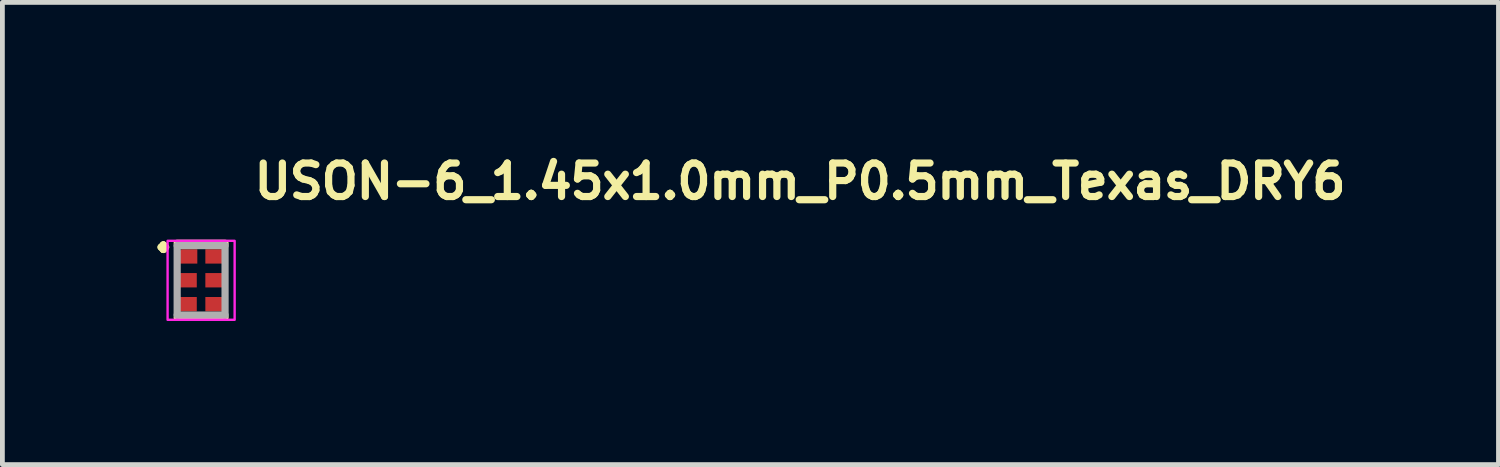
<source format=kicad_pcb>
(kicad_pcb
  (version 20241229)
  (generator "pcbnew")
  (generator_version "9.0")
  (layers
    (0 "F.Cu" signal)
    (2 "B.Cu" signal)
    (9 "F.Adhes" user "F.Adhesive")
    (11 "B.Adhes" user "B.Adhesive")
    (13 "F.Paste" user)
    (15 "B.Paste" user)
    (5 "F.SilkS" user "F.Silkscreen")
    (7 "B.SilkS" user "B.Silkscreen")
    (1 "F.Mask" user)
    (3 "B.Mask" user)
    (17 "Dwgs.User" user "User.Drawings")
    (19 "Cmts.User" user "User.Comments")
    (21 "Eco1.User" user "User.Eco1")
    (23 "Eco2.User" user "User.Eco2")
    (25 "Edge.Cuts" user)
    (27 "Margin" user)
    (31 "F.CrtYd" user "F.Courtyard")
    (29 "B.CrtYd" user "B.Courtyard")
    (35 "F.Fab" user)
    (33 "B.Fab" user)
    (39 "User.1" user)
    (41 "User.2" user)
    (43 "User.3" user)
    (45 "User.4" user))
  (footprint "USON-6_1.45x1.0mm_P0.5mm_Texas_DRY6"
    (layer "F.Cu")
    (at 0.863 2.308)
    (property "Reference" "USON-6_1.45x1.0mm_P0.5mm_Texas_DRY6" (at 1.322 -1.158 0) (layer "F.SilkS") (effects (font (size 0.7 0.7) (thickness 0.15)) (justify left bottom)))
    (attr smd)
    (fp_line (start -0.211 -0.275) (end 0.79 -0.275) (stroke (width 0.15) (type solid)) (layer "F.SilkS"))
    (fp_line (start -0.211 1.275) (end 0.79 1.275) (stroke (width 0.15) (type solid)) (layer "F.SilkS"))
    (fp_rect (start -0.411 -0.326) (end 0.99 1.325) (stroke (width 0.05) (type solid)) (fill no) (layer "F.CrtYd"))
    (fp_line (start -0.211 -0.226) (end -0.211 1.225) (stroke (width 0.15) (type solid)) (layer "F.Fab"))
    (fp_line (start -0.211 -0.226) (end 0.79 -0.226) (stroke (width 0.15) (type solid)) (layer "F.Fab"))
    (fp_line (start -0.211 1.225) (end 0.79 1.225) (stroke (width 0.15) (type solid)) (layer "F.Fab"))
    (fp_line (start 0.79 1.225) (end 0.79 -0.226) (stroke (width 0.15) (type solid)) (layer "F.Fab"))
    (fp_rect (start -0.211 -0.226) (end 0.79 1.225) (stroke (width 0.1) (type solid)) (fill no) (layer "User.5"))
    (fp_line (start -0.211 -0.226) (end -0.211 1.225) (stroke (width 0.02) (type solid)) (layer "User.9"))
    (fp_line (start -0.211 1.225) (end 0.79 1.225) (stroke (width 0.02) (type solid)) (layer "User.9"))
    (fp_line (start -0.102 -0.03) (end -0.102 -0.026) (stroke (width 0.02) (type solid)) (layer "User.9"))
    (fp_line (start -0.102 -0.03) (end -0.102 -0.026) (stroke (width 0.02) (type solid)) (layer "User.9"))
    (fp_line (start -0.102 -0.026) (end -0.102 -0.022) (stroke (width 0.02) (type solid)) (layer "User.9"))
    (fp_line (start -0.102 -0.026) (end -0.102 -0.022) (stroke (width 0.02) (type solid)) (layer "User.9"))
    (fp_line (start -0.102 -0.022) (end -0.102 -0.018) (stroke (width 0.02) (type solid)) (layer "User.9"))
    (fp_line (start -0.102 -0.022) (end -0.102 -0.018) (stroke (width 0.02) (type solid)) (layer "User.9"))
    (fp_line (start -0.102 -0.018) (end -0.102 -0.014) (stroke (width 0.02) (type solid)) (layer "User.9"))
    (fp_line (start -0.102 -0.018) (end -0.102 -0.014) (stroke (width 0.02) (type solid)) (layer "User.9"))
    (fp_line (start -0.102 -0.014) (end -0.101 -0.01) (stroke (width 0.02) (type solid)) (layer "User.9"))
    (fp_line (start -0.102 -0.014) (end -0.101 -0.01) (stroke (width 0.02) (type solid)) (layer "User.9"))
    (fp_line (start -0.101 -0.034) (end -0.102 -0.03) (stroke (width 0.02) (type solid)) (layer "User.9"))
    (fp_line (start -0.101 -0.034) (end -0.102 -0.03) (stroke (width 0.02) (type solid)) (layer "User.9"))
    (fp_line (start -0.101 -0.01) (end -0.1 -0.005) (stroke (width 0.02) (type solid)) (layer "User.9"))
    (fp_line (start -0.101 -0.01) (end -0.1 -0.005) (stroke (width 0.02) (type solid)) (layer "User.9"))
    (fp_line (start -0.1 -0.037) (end -0.101 -0.034) (stroke (width 0.02) (type solid)) (layer "User.9"))
    (fp_line (start -0.1 -0.037) (end -0.101 -0.034) (stroke (width 0.02) (type solid)) (layer "User.9"))
    (fp_line (start -0.1 -0.005) (end -0.099 -0.001) (stroke (width 0.02) (type solid)) (layer "User.9"))
    (fp_line (start -0.1 -0.005) (end -0.099 -0.001) (stroke (width 0.02) (type solid)) (layer "User.9"))
    (fp_line (start -0.099 -0.042) (end -0.1 -0.037) (stroke (width 0.02) (type solid)) (layer "User.9"))
    (fp_line (start -0.099 -0.042) (end -0.1 -0.037) (stroke (width 0.02) (type solid)) (layer "User.9"))
    (fp_line (start -0.099 -0.001) (end -0.098 0.003) (stroke (width 0.02) (type solid)) (layer "User.9"))
    (fp_line (start -0.099 -0.001) (end -0.098 0.003) (stroke (width 0.02) (type solid)) (layer "User.9"))
    (fp_line (start -0.098 -0.044) (end -0.099 -0.042) (stroke (width 0.02) (type solid)) (layer "User.9"))
    (fp_line (start -0.098 -0.044) (end -0.099 -0.042) (stroke (width 0.02) (type solid)) (layer "User.9"))
    (fp_line (start -0.098 0.003) (end -0.095 0.007) (stroke (width 0.02) (type solid)) (layer "User.9"))
    (fp_line (start -0.098 0.003) (end -0.095 0.007) (stroke (width 0.02) (type solid)) (layer "User.9"))
    (fp_line (start -0.095 -0.048) (end -0.098 -0.044) (stroke (width 0.02) (type solid)) (layer "User.9"))
    (fp_line (start -0.095 -0.048) (end -0.098 -0.044) (stroke (width 0.02) (type solid)) (layer "User.9"))
    (fp_line (start -0.095 0.007) (end -0.093 0.01) (stroke (width 0.02) (type solid)) (layer "User.9"))
    (fp_line (start -0.095 0.007) (end -0.093 0.01) (stroke (width 0.02) (type solid)) (layer "User.9"))
    (fp_line (start -0.093 -0.053) (end -0.095 -0.048) (stroke (width 0.02) (type solid)) (layer "User.9"))
    (fp_line (start -0.093 -0.053) (end -0.095 -0.048) (stroke (width 0.02) (type solid)) (layer "User.9"))
    (fp_line (start -0.093 -0.053) (end -0.093 -0.053) (stroke (width 0.02) (type solid)) (layer "User.9"))
    (fp_line (start -0.093 -0.053) (end -0.093 -0.053) (stroke (width 0.02) (type solid)) (layer "User.9"))
    (fp_line (start -0.093 0.01) (end -0.093 0.01) (stroke (width 0.02) (type solid)) (layer "User.9"))
    (fp_line (start -0.093 0.01) (end -0.093 0.01) (stroke (width 0.02) (type solid)) (layer "User.9"))
    (fp_line (start -0.093 0.01) (end -0.092 0.012) (stroke (width 0.02) (type solid)) (layer "User.9"))
    (fp_line (start -0.093 0.01) (end -0.092 0.012) (stroke (width 0.02) (type solid)) (layer "User.9"))
    (fp_line (start -0.092 0.012) (end -0.091 0.014) (stroke (width 0.02) (type solid)) (layer "User.9"))
    (fp_line (start -0.092 0.012) (end -0.091 0.014) (stroke (width 0.02) (type solid)) (layer "User.9"))
    (fp_line (start -0.091 -0.055) (end -0.093 -0.053) (stroke (width 0.02) (type solid)) (layer "User.9"))
    (fp_line (start -0.091 -0.055) (end -0.093 -0.053) (stroke (width 0.02) (type solid)) (layer "User.9"))
    (fp_line (start -0.091 0.014) (end -0.09 0.014) (stroke (width 0.02) (type solid)) (layer "User.9"))
    (fp_line (start -0.091 0.014) (end -0.09 0.014) (stroke (width 0.02) (type solid)) (layer "User.9"))
    (fp_line (start -0.09 0.014) (end -0.089 0.017) (stroke (width 0.02) (type solid)) (layer "User.9"))
    (fp_line (start -0.09 0.014) (end -0.089 0.017) (stroke (width 0.02) (type solid)) (layer "User.9"))
    (fp_line (start -0.089 -0.06) (end -0.091 -0.055) (stroke (width 0.02) (type solid)) (layer "User.9"))
    (fp_line (start -0.089 -0.06) (end -0.091 -0.055) (stroke (width 0.02) (type solid)) (layer "User.9"))
    (fp_line (start -0.089 0.017) (end -0.088 0.018) (stroke (width 0.02) (type solid)) (layer "User.9"))
    (fp_line (start -0.089 0.017) (end -0.088 0.018) (stroke (width 0.02) (type solid)) (layer "User.9"))
    (fp_line (start -0.088 0.018) (end -0.087 0.02) (stroke (width 0.02) (type solid)) (layer "User.9"))
    (fp_line (start -0.088 0.018) (end -0.087 0.02) (stroke (width 0.02) (type solid)) (layer "User.9"))
    (fp_line (start -0.087 -0.062) (end -0.089 -0.06) (stroke (width 0.02) (type solid)) (layer "User.9"))
    (fp_line (start -0.087 -0.062) (end -0.089 -0.06) (stroke (width 0.02) (type solid)) (layer "User.9"))
    (fp_line (start -0.087 0.02) (end -0.086 0.021) (stroke (width 0.02) (type solid)) (layer "User.9"))
    (fp_line (start -0.087 0.02) (end -0.086 0.021) (stroke (width 0.02) (type solid)) (layer "User.9"))
    (fp_line (start -0.086 0.021) (end -0.084 0.022) (stroke (width 0.02) (type solid)) (layer "User.9"))
    (fp_line (start -0.086 0.021) (end -0.084 0.022) (stroke (width 0.02) (type solid)) (layer "User.9"))
    (fp_line (start -0.084 -0.066) (end -0.087 -0.062) (stroke (width 0.02) (type solid)) (layer "User.9"))
    (fp_line (start -0.084 -0.066) (end -0.087 -0.062) (stroke (width 0.02) (type solid)) (layer "User.9"))
    (fp_line (start -0.084 0.022) (end -0.083 0.025) (stroke (width 0.02) (type solid)) (layer "User.9"))
    (fp_line (start -0.084 0.022) (end -0.083 0.025) (stroke (width 0.02) (type solid)) (layer "User.9"))
    (fp_line (start -0.083 0.025) (end -0.08 0.026) (stroke (width 0.02) (type solid)) (layer "User.9"))
    (fp_line (start -0.083 0.025) (end -0.08 0.026) (stroke (width 0.02) (type solid)) (layer "User.9"))
    (fp_line (start -0.08 -0.069) (end -0.084 -0.066) (stroke (width 0.02) (type solid)) (layer "User.9"))
    (fp_line (start -0.08 -0.069) (end -0.084 -0.066) (stroke (width 0.02) (type solid)) (layer "User.9"))
    (fp_line (start -0.08 0.026) (end -0.079 0.026) (stroke (width 0.02) (type solid)) (layer "User.9"))
    (fp_line (start -0.08 0.026) (end -0.079 0.026) (stroke (width 0.02) (type solid)) (layer "User.9"))
    (fp_line (start -0.079 0.026) (end -0.077 0.028) (stroke (width 0.02) (type solid)) (layer "User.9"))
    (fp_line (start -0.079 0.026) (end -0.077 0.028) (stroke (width 0.02) (type solid)) (layer "User.9"))
    (fp_line (start -0.077 -0.071) (end -0.08 -0.069) (stroke (width 0.02) (type solid)) (layer "User.9"))
    (fp_line (start -0.077 -0.071) (end -0.08 -0.069) (stroke (width 0.02) (type solid)) (layer "User.9"))
    (fp_line (start -0.077 0.028) (end -0.075 0.029) (stroke (width 0.02) (type solid)) (layer "User.9"))
    (fp_line (start -0.077 0.028) (end -0.075 0.029) (stroke (width 0.02) (type solid)) (layer "User.9"))
    (fp_line (start -0.075 0.029) (end -0.074 0.03) (stroke (width 0.02) (type solid)) (layer "User.9"))
    (fp_line (start -0.075 0.029) (end -0.074 0.03) (stroke (width 0.02) (type solid)) (layer "User.9"))
    (fp_line (start -0.074 -0.073) (end -0.077 -0.071) (stroke (width 0.02) (type solid)) (layer "User.9"))
    (fp_line (start -0.074 -0.073) (end -0.077 -0.071) (stroke (width 0.02) (type solid)) (layer "User.9"))
    (fp_line (start -0.074 0.03) (end -0.073 0.032) (stroke (width 0.02) (type solid)) (layer "User.9"))
    (fp_line (start -0.074 0.03) (end -0.073 0.032) (stroke (width 0.02) (type solid)) (layer "User.9"))
    (fp_line (start -0.073 0.032) (end -0.071 0.033) (stroke (width 0.02) (type solid)) (layer "User.9"))
    (fp_line (start -0.073 0.032) (end -0.071 0.033) (stroke (width 0.02) (type solid)) (layer "User.9"))
    (fp_line (start -0.071 -0.075) (end -0.074 -0.073) (stroke (width 0.02) (type solid)) (layer "User.9"))
    (fp_line (start -0.071 -0.075) (end -0.074 -0.073) (stroke (width 0.02) (type solid)) (layer "User.9"))
    (fp_line (start -0.071 0.033) (end -0.07 0.034) (stroke (width 0.02) (type solid)) (layer "User.9"))
    (fp_line (start -0.071 0.033) (end -0.07 0.034) (stroke (width 0.02) (type solid)) (layer "User.9"))
    (fp_line (start -0.07 0.034) (end -0.068 0.035) (stroke (width 0.02) (type solid)) (layer "User.9"))
    (fp_line (start -0.07 0.034) (end -0.068 0.035) (stroke (width 0.02) (type solid)) (layer "User.9"))
    (fp_line (start -0.068 -0.076) (end -0.071 -0.075) (stroke (width 0.02) (type solid)) (layer "User.9"))
    (fp_line (start -0.068 -0.076) (end -0.071 -0.075) (stroke (width 0.02) (type solid)) (layer "User.9"))
    (fp_line (start -0.068 0.035) (end -0.066 0.036) (stroke (width 0.02) (type solid)) (layer "User.9"))
    (fp_line (start -0.068 0.035) (end -0.066 0.036) (stroke (width 0.02) (type solid)) (layer "User.9"))
    (fp_line (start -0.066 0.036) (end -0.063 0.036) (stroke (width 0.02) (type solid)) (layer "User.9"))
    (fp_line (start -0.066 0.036) (end -0.063 0.036) (stroke (width 0.02) (type solid)) (layer "User.9"))
    (fp_line (start -0.063 -0.078) (end -0.068 -0.076) (stroke (width 0.02) (type solid)) (layer "User.9"))
    (fp_line (start -0.063 -0.078) (end -0.068 -0.076) (stroke (width 0.02) (type solid)) (layer "User.9"))
    (fp_line (start -0.063 0.036) (end -0.061 0.036) (stroke (width 0.02) (type solid)) (layer "User.9"))
    (fp_line (start -0.063 0.036) (end -0.061 0.036) (stroke (width 0.02) (type solid)) (layer "User.9"))
    (fp_line (start -0.061 0.036) (end -0.06 0.037) (stroke (width 0.02) (type solid)) (layer "User.9"))
    (fp_line (start -0.061 0.036) (end -0.06 0.037) (stroke (width 0.02) (type solid)) (layer "User.9"))
    (fp_line (start -0.06 -0.08) (end -0.063 -0.078) (stroke (width 0.02) (type solid)) (layer "User.9"))
    (fp_line (start -0.06 -0.08) (end -0.063 -0.078) (stroke (width 0.02) (type solid)) (layer "User.9"))
    (fp_line (start -0.06 0.037) (end -0.059 0.037) (stroke (width 0.02) (type solid)) (layer "User.9"))
    (fp_line (start -0.06 0.037) (end -0.059 0.037) (stroke (width 0.02) (type solid)) (layer "User.9"))
    (fp_line (start -0.059 0.037) (end -0.056 0.038) (stroke (width 0.02) (type solid)) (layer "User.9"))
    (fp_line (start -0.059 0.037) (end -0.056 0.038) (stroke (width 0.02) (type solid)) (layer "User.9"))
    (fp_line (start -0.056 -0.082) (end -0.06 -0.08) (stroke (width 0.02) (type solid)) (layer "User.9"))
    (fp_line (start -0.056 -0.082) (end -0.06 -0.08) (stroke (width 0.02) (type solid)) (layer "User.9"))
    (fp_line (start -0.056 0.038) (end -0.054 0.04) (stroke (width 0.02) (type solid)) (layer "User.9"))
    (fp_line (start -0.056 0.038) (end -0.054 0.04) (stroke (width 0.02) (type solid)) (layer "User.9"))
    (fp_line (start -0.054 0.04) (end -0.053 0.04) (stroke (width 0.02) (type solid)) (layer "User.9"))
    (fp_line (start -0.054 0.04) (end -0.053 0.04) (stroke (width 0.02) (type solid)) (layer "User.9"))
    (fp_line (start -0.053 -0.083) (end -0.056 -0.082) (stroke (width 0.02) (type solid)) (layer "User.9"))
    (fp_line (start -0.053 -0.083) (end -0.056 -0.082) (stroke (width 0.02) (type solid)) (layer "User.9"))
    (fp_line (start -0.053 0.04) (end -0.051 0.04) (stroke (width 0.02) (type solid)) (layer "User.9"))
    (fp_line (start -0.053 0.04) (end -0.051 0.04) (stroke (width 0.02) (type solid)) (layer "User.9"))
    (fp_line (start -0.051 0.04) (end -0.048 0.041) (stroke (width 0.02) (type solid)) (layer "User.9"))
    (fp_line (start -0.051 0.04) (end -0.048 0.041) (stroke (width 0.02) (type solid)) (layer "User.9"))
    (fp_line (start -0.048 -0.083) (end -0.053 -0.083) (stroke (width 0.02) (type solid)) (layer "User.9"))
    (fp_line (start -0.048 -0.083) (end -0.053 -0.083) (stroke (width 0.02) (type solid)) (layer "User.9"))
    (fp_line (start -0.048 0.041) (end -0.046 0.041) (stroke (width 0.02) (type solid)) (layer "User.9"))
    (fp_line (start -0.048 0.041) (end -0.046 0.041) (stroke (width 0.02) (type solid)) (layer "User.9"))
    (fp_line (start -0.046 0.041) (end -0.044 0.041) (stroke (width 0.02) (type solid)) (layer "User.9"))
    (fp_line (start -0.046 0.041) (end -0.044 0.041) (stroke (width 0.02) (type solid)) (layer "User.9"))
    (fp_line (start -0.044 -0.084) (end -0.048 -0.083) (stroke (width 0.02) (type solid)) (layer "User.9"))
    (fp_line (start -0.044 -0.084) (end -0.048 -0.083) (stroke (width 0.02) (type solid)) (layer "User.9"))
    (fp_line (start -0.044 0.041) (end -0.042 0.041) (stroke (width 0.02) (type solid)) (layer "User.9"))
    (fp_line (start -0.044 0.041) (end -0.042 0.041) (stroke (width 0.02) (type solid)) (layer "User.9"))
    (fp_line (start -0.042 0.041) (end -0.039 0.041) (stroke (width 0.02) (type solid)) (layer "User.9"))
    (fp_line (start -0.042 0.041) (end -0.039 0.041) (stroke (width 0.02) (type solid)) (layer "User.9"))
    (fp_line (start -0.039 -0.084) (end -0.044 -0.084) (stroke (width 0.02) (type solid)) (layer "User.9"))
    (fp_line (start -0.039 -0.084) (end -0.044 -0.084) (stroke (width 0.02) (type solid)) (layer "User.9"))
    (fp_line (start -0.039 0.041) (end -0.036 0.041) (stroke (width 0.02) (type solid)) (layer "User.9"))
    (fp_line (start -0.039 0.041) (end -0.036 0.041) (stroke (width 0.02) (type solid)) (layer "User.9"))
    (fp_line (start -0.037 -0.084) (end -0.039 -0.084) (stroke (width 0.02) (type solid)) (layer "User.9"))
    (fp_line (start -0.037 -0.084) (end -0.039 -0.084) (stroke (width 0.02) (type solid)) (layer "User.9"))
    (fp_line (start -0.036 -0.084) (end -0.037 -0.084) (stroke (width 0.02) (type solid)) (layer "User.9"))
    (fp_line (start -0.036 -0.084) (end -0.037 -0.084) (stroke (width 0.02) (type solid)) (layer "User.9"))
    (fp_line (start -0.036 0.041) (end -0.031 0.041) (stroke (width 0.02) (type solid)) (layer "User.9"))
    (fp_line (start -0.036 0.041) (end -0.031 0.041) (stroke (width 0.02) (type solid)) (layer "User.9"))
    (fp_line (start -0.034 -0.084) (end -0.036 -0.084) (stroke (width 0.02) (type solid)) (layer "User.9"))
    (fp_line (start -0.034 -0.084) (end -0.036 -0.084) (stroke (width 0.02) (type solid)) (layer "User.9"))
    (fp_line (start -0.031 -0.083) (end -0.034 -0.084) (stroke (width 0.02) (type solid)) (layer "User.9"))
    (fp_line (start -0.031 -0.083) (end -0.034 -0.084) (stroke (width 0.02) (type solid)) (layer "User.9"))
    (fp_line (start -0.031 0.041) (end -0.027 0.04) (stroke (width 0.02) (type solid)) (layer "User.9"))
    (fp_line (start -0.031 0.041) (end -0.027 0.04) (stroke (width 0.02) (type solid)) (layer "User.9"))
    (fp_line (start -0.03 -0.083) (end -0.031 -0.083) (stroke (width 0.02) (type solid)) (layer "User.9"))
    (fp_line (start -0.03 -0.083) (end -0.031 -0.083) (stroke (width 0.02) (type solid)) (layer "User.9"))
    (fp_line (start -0.027 -0.083) (end -0.03 -0.083) (stroke (width 0.02) (type solid)) (layer "User.9"))
    (fp_line (start -0.027 -0.083) (end -0.03 -0.083) (stroke (width 0.02) (type solid)) (layer "User.9"))
    (fp_line (start -0.027 0.04) (end -0.023 0.038) (stroke (width 0.02) (type solid)) (layer "User.9"))
    (fp_line (start -0.027 0.04) (end -0.023 0.038) (stroke (width 0.02) (type solid)) (layer "User.9"))
    (fp_line (start -0.026 -0.082) (end -0.027 -0.083) (stroke (width 0.02) (type solid)) (layer "User.9"))
    (fp_line (start -0.026 -0.082) (end -0.027 -0.083) (stroke (width 0.02) (type solid)) (layer "User.9"))
    (fp_line (start -0.023 -0.082) (end -0.026 -0.082) (stroke (width 0.02) (type solid)) (layer "User.9"))
    (fp_line (start -0.023 -0.082) (end -0.026 -0.082) (stroke (width 0.02) (type solid)) (layer "User.9"))
    (fp_line (start -0.023 0.038) (end -0.019 0.037) (stroke (width 0.02) (type solid)) (layer "User.9"))
    (fp_line (start -0.023 0.038) (end -0.019 0.037) (stroke (width 0.02) (type solid)) (layer "User.9"))
    (fp_line (start -0.022 -0.08) (end -0.023 -0.082) (stroke (width 0.02) (type solid)) (layer "User.9"))
    (fp_line (start -0.022 -0.08) (end -0.023 -0.082) (stroke (width 0.02) (type solid)) (layer "User.9"))
    (fp_line (start -0.019 -0.08) (end -0.022 -0.08) (stroke (width 0.02) (type solid)) (layer "User.9"))
    (fp_line (start -0.019 -0.08) (end -0.022 -0.08) (stroke (width 0.02) (type solid)) (layer "User.9"))
    (fp_line (start -0.019 0.037) (end -0.016 0.036) (stroke (width 0.02) (type solid)) (layer "User.9"))
    (fp_line (start -0.019 0.037) (end -0.016 0.036) (stroke (width 0.02) (type solid)) (layer "User.9"))
    (fp_line (start -0.018 -0.079) (end -0.019 -0.08) (stroke (width 0.02) (type solid)) (layer "User.9"))
    (fp_line (start -0.018 -0.079) (end -0.019 -0.08) (stroke (width 0.02) (type solid)) (layer "User.9"))
    (fp_line (start -0.016 -0.078) (end -0.018 -0.079) (stroke (width 0.02) (type solid)) (layer "User.9"))
    (fp_line (start -0.016 -0.078) (end -0.018 -0.079) (stroke (width 0.02) (type solid)) (layer "User.9"))
    (fp_line (start -0.016 0.036) (end -0.012 0.035) (stroke (width 0.02) (type solid)) (layer "User.9"))
    (fp_line (start -0.016 0.036) (end -0.012 0.035) (stroke (width 0.02) (type solid)) (layer "User.9"))
    (fp_line (start -0.014 -0.077) (end -0.016 -0.078) (stroke (width 0.02) (type solid)) (layer "User.9"))
    (fp_line (start -0.014 -0.077) (end -0.016 -0.078) (stroke (width 0.02) (type solid)) (layer "User.9"))
    (fp_line (start -0.012 -0.076) (end -0.014 -0.077) (stroke (width 0.02) (type solid)) (layer "User.9"))
    (fp_line (start -0.012 -0.076) (end -0.014 -0.077) (stroke (width 0.02) (type solid)) (layer "User.9"))
    (fp_line (start -0.012 0.035) (end -0.008 0.033) (stroke (width 0.02) (type solid)) (layer "User.9"))
    (fp_line (start -0.012 0.035) (end -0.008 0.033) (stroke (width 0.02) (type solid)) (layer "User.9"))
    (fp_line (start -0.01 -0.076) (end -0.012 -0.076) (stroke (width 0.02) (type solid)) (layer "User.9"))
    (fp_line (start -0.01 -0.076) (end -0.012 -0.076) (stroke (width 0.02) (type solid)) (layer "User.9"))
    (fp_line (start -0.008 -0.075) (end -0.01 -0.076) (stroke (width 0.02) (type solid)) (layer "User.9"))
    (fp_line (start -0.008 -0.075) (end -0.01 -0.076) (stroke (width 0.02) (type solid)) (layer "User.9"))
    (fp_line (start -0.008 0.033) (end -0.005 0.03) (stroke (width 0.02) (type solid)) (layer "User.9"))
    (fp_line (start -0.008 0.033) (end -0.005 0.03) (stroke (width 0.02) (type solid)) (layer "User.9"))
    (fp_line (start -0.007 -0.074) (end -0.008 -0.075) (stroke (width 0.02) (type solid)) (layer "User.9"))
    (fp_line (start -0.007 -0.074) (end -0.008 -0.075) (stroke (width 0.02) (type solid)) (layer "User.9"))
    (fp_line (start -0.005 -0.073) (end -0.007 -0.074) (stroke (width 0.02) (type solid)) (layer "User.9"))
    (fp_line (start -0.005 -0.073) (end -0.007 -0.074) (stroke (width 0.02) (type solid)) (layer "User.9"))
    (fp_line (start -0.005 0.03) (end -0.002 0.028) (stroke (width 0.02) (type solid)) (layer "User.9"))
    (fp_line (start -0.005 0.03) (end -0.002 0.028) (stroke (width 0.02) (type solid)) (layer "User.9"))
    (fp_line (start -0.003 -0.072) (end -0.005 -0.073) (stroke (width 0.02) (type solid)) (layer "User.9"))
    (fp_line (start -0.003 -0.072) (end -0.005 -0.073) (stroke (width 0.02) (type solid)) (layer "User.9"))
    (fp_line (start -0.002 -0.071) (end -0.003 -0.072) (stroke (width 0.02) (type solid)) (layer "User.9"))
    (fp_line (start -0.002 -0.071) (end -0.003 -0.072) (stroke (width 0.02) (type solid)) (layer "User.9"))
    (fp_line (start -0.002 0.028) (end 0.001 0.026) (stroke (width 0.02) (type solid)) (layer "User.9"))
    (fp_line (start -0.002 0.028) (end 0.001 0.026) (stroke (width 0.02) (type solid)) (layer "User.9"))
    (fp_line (start 0 -0.07) (end -0.002 -0.071) (stroke (width 0.02) (type solid)) (layer "User.9"))
    (fp_line (start 0 -0.07) (end -0.002 -0.071) (stroke (width 0.02) (type solid)) (layer "User.9"))
    (fp_line (start 0.001 -0.069) (end 0 -0.07) (stroke (width 0.02) (type solid)) (layer "User.9"))
    (fp_line (start 0.001 -0.069) (end 0 -0.07) (stroke (width 0.02) (type solid)) (layer "User.9"))
    (fp_line (start 0.001 0.026) (end 0.004 0.022) (stroke (width 0.02) (type solid)) (layer "User.9"))
    (fp_line (start 0.001 0.026) (end 0.004 0.022) (stroke (width 0.02) (type solid)) (layer "User.9"))
    (fp_line (start 0.003 -0.067) (end 0.001 -0.069) (stroke (width 0.02) (type solid)) (layer "User.9"))
    (fp_line (start 0.003 -0.067) (end 0.001 -0.069) (stroke (width 0.02) (type solid)) (layer "User.9"))
    (fp_line (start 0.004 -0.066) (end 0.003 -0.067) (stroke (width 0.02) (type solid)) (layer "User.9"))
    (fp_line (start 0.004 -0.066) (end 0.003 -0.067) (stroke (width 0.02) (type solid)) (layer "User.9"))
    (fp_line (start 0.004 0.022) (end 0.007 0.02) (stroke (width 0.02) (type solid)) (layer "User.9"))
    (fp_line (start 0.004 0.022) (end 0.007 0.02) (stroke (width 0.02) (type solid)) (layer "User.9"))
    (fp_line (start 0.006 -0.063) (end 0.004 -0.066) (stroke (width 0.02) (type solid)) (layer "User.9"))
    (fp_line (start 0.006 -0.063) (end 0.004 -0.066) (stroke (width 0.02) (type solid)) (layer "User.9"))
    (fp_line (start 0.007 -0.062) (end 0.006 -0.063) (stroke (width 0.02) (type solid)) (layer "User.9"))
    (fp_line (start 0.007 -0.062) (end 0.006 -0.063) (stroke (width 0.02) (type solid)) (layer "User.9"))
    (fp_line (start 0.007 0.02) (end 0.01 0.017) (stroke (width 0.02) (type solid)) (layer "User.9"))
    (fp_line (start 0.007 0.02) (end 0.01 0.017) (stroke (width 0.02) (type solid)) (layer "User.9"))
    (fp_line (start 0.008 -0.06) (end 0.007 -0.062) (stroke (width 0.02) (type solid)) (layer "User.9"))
    (fp_line (start 0.008 -0.06) (end 0.007 -0.062) (stroke (width 0.02) (type solid)) (layer "User.9"))
    (fp_line (start 0.01 -0.06) (end 0.008 -0.06) (stroke (width 0.02) (type solid)) (layer "User.9"))
    (fp_line (start 0.01 -0.06) (end 0.008 -0.06) (stroke (width 0.02) (type solid)) (layer "User.9"))
    (fp_line (start 0.01 -0.058) (end 0.01 -0.06) (stroke (width 0.02) (type solid)) (layer "User.9"))
    (fp_line (start 0.01 -0.058) (end 0.01 -0.06) (stroke (width 0.02) (type solid)) (layer "User.9"))
    (fp_line (start 0.01 0.017) (end 0.012 0.014) (stroke (width 0.02) (type solid)) (layer "User.9"))
    (fp_line (start 0.01 0.017) (end 0.012 0.014) (stroke (width 0.02) (type solid)) (layer "User.9"))
    (fp_line (start 0.012 -0.055) (end 0.01 -0.058) (stroke (width 0.02) (type solid)) (layer "User.9"))
    (fp_line (start 0.012 -0.055) (end 0.01 -0.058) (stroke (width 0.02) (type solid)) (layer "User.9"))
    (fp_line (start 0.012 0.014) (end 0.014 0.01) (stroke (width 0.02) (type solid)) (layer "User.9"))
    (fp_line (start 0.012 0.014) (end 0.014 0.01) (stroke (width 0.02) (type solid)) (layer "User.9"))
    (fp_line (start 0.013 -0.054) (end 0.012 -0.055) (stroke (width 0.02) (type solid)) (layer "User.9"))
    (fp_line (start 0.013 -0.054) (end 0.012 -0.055) (stroke (width 0.02) (type solid)) (layer "User.9"))
    (fp_line (start 0.014 -0.053) (end 0.013 -0.054) (stroke (width 0.02) (type solid)) (layer "User.9"))
    (fp_line (start 0.014 -0.053) (end 0.013 -0.054) (stroke (width 0.02) (type solid)) (layer "User.9"))
    (fp_line (start 0.014 -0.053) (end 0.014 -0.053) (stroke (width 0.02) (type solid)) (layer "User.9"))
    (fp_line (start 0.014 -0.053) (end 0.014 -0.053) (stroke (width 0.02) (type solid)) (layer "User.9"))
    (fp_line (start 0.014 0.01) (end 0.014 0.01) (stroke (width 0.02) (type solid)) (layer "User.9"))
    (fp_line (start 0.014 0.01) (end 0.014 0.01) (stroke (width 0.02) (type solid)) (layer "User.9"))
    (fp_line (start 0.014 0.01) (end 0.016 0.007) (stroke (width 0.02) (type solid)) (layer "User.9"))
    (fp_line (start 0.014 0.01) (end 0.016 0.007) (stroke (width 0.02) (type solid)) (layer "User.9"))
    (fp_line (start 0.016 -0.048) (end 0.014 -0.053) (stroke (width 0.02) (type solid)) (layer "User.9"))
    (fp_line (start 0.016 -0.048) (end 0.014 -0.053) (stroke (width 0.02) (type solid)) (layer "User.9"))
    (fp_line (start 0.016 0.007) (end 0.018 0.003) (stroke (width 0.02) (type solid)) (layer "User.9"))
    (fp_line (start 0.016 0.007) (end 0.018 0.003) (stroke (width 0.02) (type solid)) (layer "User.9"))
    (fp_line (start 0.018 -0.044) (end 0.016 -0.048) (stroke (width 0.02) (type solid)) (layer "User.9"))
    (fp_line (start 0.018 -0.044) (end 0.016 -0.048) (stroke (width 0.02) (type solid)) (layer "User.9"))
    (fp_line (start 0.018 -0.042) (end 0.018 -0.044) (stroke (width 0.02) (type solid)) (layer "User.9"))
    (fp_line (start 0.018 -0.042) (end 0.018 -0.044) (stroke (width 0.02) (type solid)) (layer "User.9"))
    (fp_line (start 0.018 -0.001) (end 0.021 -0.005) (stroke (width 0.02) (type solid)) (layer "User.9"))
    (fp_line (start 0.018 -0.001) (end 0.021 -0.005) (stroke (width 0.02) (type solid)) (layer "User.9"))
    (fp_line (start 0.018 0.003) (end 0.018 -0.001) (stroke (width 0.02) (type solid)) (layer "User.9"))
    (fp_line (start 0.018 0.003) (end 0.018 -0.001) (stroke (width 0.02) (type solid)) (layer "User.9"))
    (fp_line (start 0.021 -0.037) (end 0.018 -0.042) (stroke (width 0.02) (type solid)) (layer "User.9"))
    (fp_line (start 0.021 -0.037) (end 0.018 -0.042) (stroke (width 0.02) (type solid)) (layer "User.9"))
    (fp_line (start 0.021 -0.034) (end 0.021 -0.037) (stroke (width 0.02) (type solid)) (layer "User.9"))
    (fp_line (start 0.021 -0.034) (end 0.021 -0.037) (stroke (width 0.02) (type solid)) (layer "User.9"))
    (fp_line (start 0.021 -0.03) (end 0.021 -0.034) (stroke (width 0.02) (type solid)) (layer "User.9"))
    (fp_line (start 0.021 -0.03) (end 0.021 -0.034) (stroke (width 0.02) (type solid)) (layer "User.9"))
    (fp_line (start 0.021 -0.026) (end 0.021 -0.03) (stroke (width 0.02) (type solid)) (layer "User.9"))
    (fp_line (start 0.021 -0.026) (end 0.021 -0.03) (stroke (width 0.02) (type solid)) (layer "User.9"))
    (fp_line (start 0.021 -0.018) (end 0.022 -0.022) (stroke (width 0.02) (type solid)) (layer "User.9"))
    (fp_line (start 0.021 -0.018) (end 0.022 -0.022) (stroke (width 0.02) (type solid)) (layer "User.9"))
    (fp_line (start 0.021 -0.014) (end 0.021 -0.018) (stroke (width 0.02) (type solid)) (layer "User.9"))
    (fp_line (start 0.021 -0.014) (end 0.021 -0.018) (stroke (width 0.02) (type solid)) (layer "User.9"))
    (fp_line (start 0.021 -0.01) (end 0.021 -0.014) (stroke (width 0.02) (type solid)) (layer "User.9"))
    (fp_line (start 0.021 -0.01) (end 0.021 -0.014) (stroke (width 0.02) (type solid)) (layer "User.9"))
    (fp_line (start 0.021 -0.005) (end 0.021 -0.01) (stroke (width 0.02) (type solid)) (layer "User.9"))
    (fp_line (start 0.021 -0.005) (end 0.021 -0.01) (stroke (width 0.02) (type solid)) (layer "User.9"))
    (fp_line (start 0.022 -0.022) (end 0.021 -0.026) (stroke (width 0.02) (type solid)) (layer "User.9"))
    (fp_line (start 0.022 -0.022) (end 0.021 -0.026) (stroke (width 0.02) (type solid)) (layer "User.9"))
    (fp_line (start 0.79 -0.226) (end -0.211 -0.226) (stroke (width 0.02) (type solid)) (layer "User.9"))
    (fp_line (start 0.79 1.225) (end 0.79 -0.226) (stroke (width 0.02) (type solid)) (layer "User.9"))
    (fp_text user "." (at -0.5 -0.6 0) (layer "F.SilkS") (effects (font (size 1 1) (thickness 0.15))))
    (pad "1" smd roundrect (at 0 0) (size 0.42 0.3) (layers "F.Cu" "F.Mask" "F.Paste") (roundrect_rratio 0) (chamfer_ratio 0.3) (chamfer top_left))
    (pad "2" smd rect (at -0.006 0.498) (size 0.41 0.3) (layers "F.Cu" "F.Mask" "F.Paste"))
    (pad "3" smd rect (at -0.006 0.998) (size 0.41 0.3) (layers "F.Cu" "F.Mask" "F.Paste"))
    (pad "4" smd rect (at 0.583 0.998) (size 0.41 0.3) (layers "F.Cu" "F.Mask" "F.Paste"))
    (pad "5" smd rect (at 0.583 0.498) (size 0.41 0.3) (layers "F.Cu" "F.Mask" "F.Paste"))
    (pad "6" smd rect (at 0.583 0) (size 0.41 0.3) (layers "F.Cu" "F.Mask" "F.Paste")))
  (gr_rect
    (start -3 -3)
    (end 28.262 6.658)
    (stroke (width 0.1) (type default))
    (fill no)
    (layer "Edge.Cuts")))
</source>
